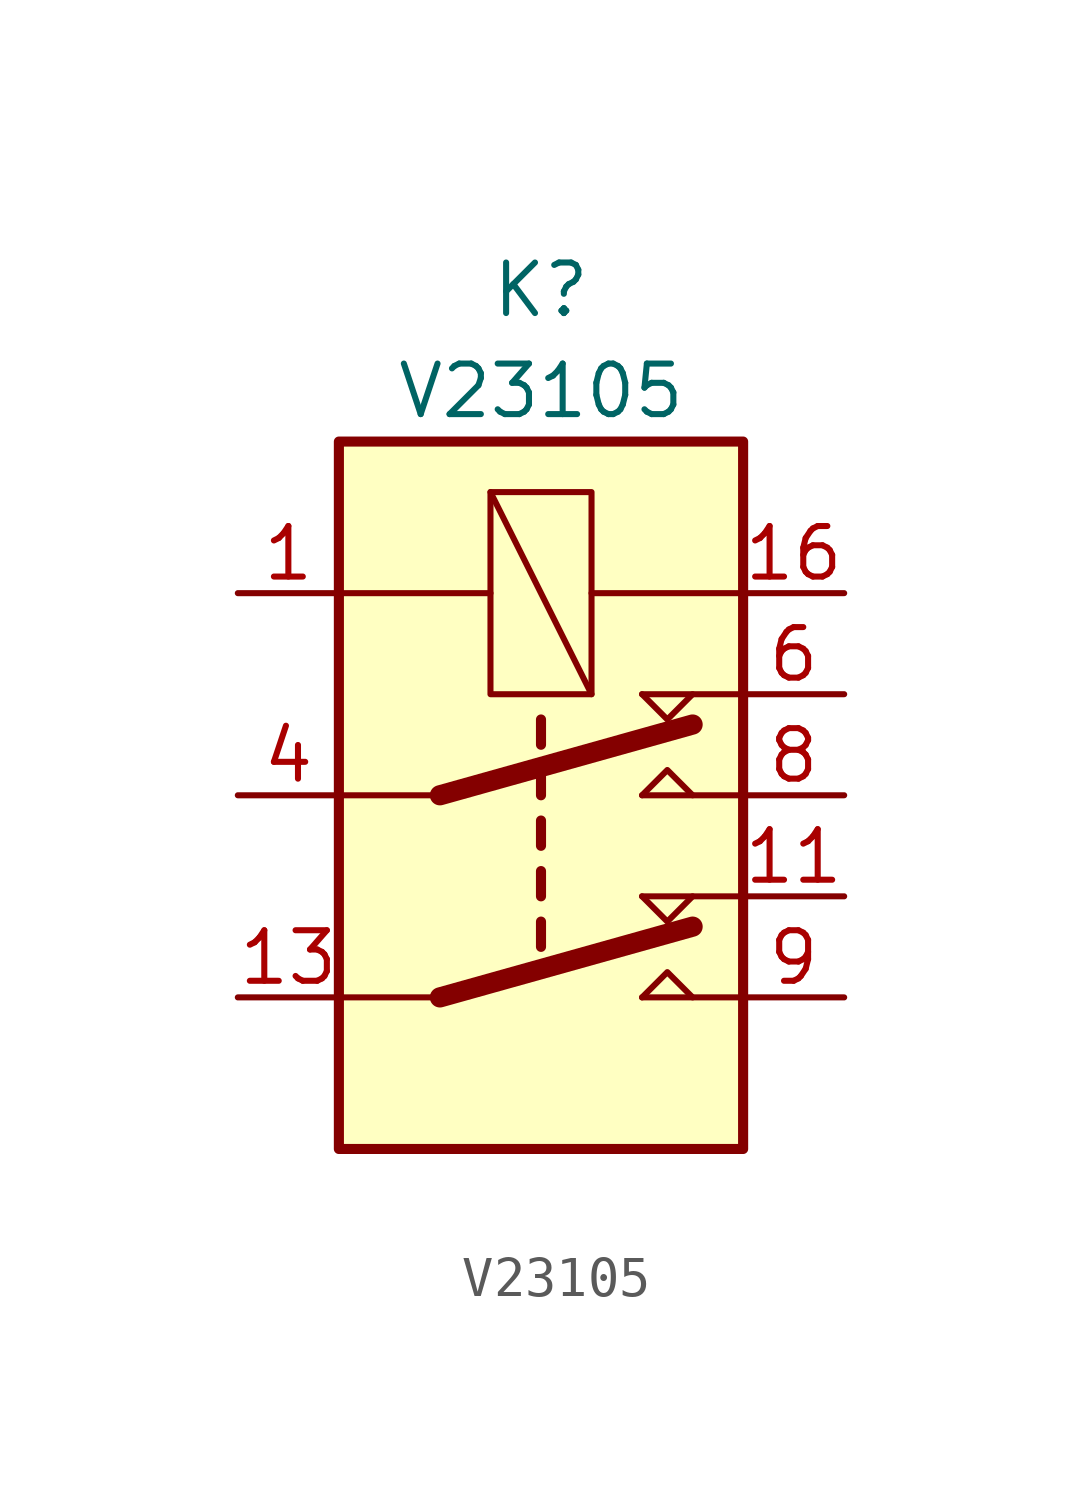
<source format=kicad_sym>
(kicad_symbol_lib
  (version 20220102)
  (generator kicad_symbol_editor)
  (symbol " V23105"
    (property "Reference" "K"
      (at 0 12.7 0)
      (effects (font (size 1.27 1.27))))
    (property "Value" " V23105"
      (at 0 10.16 0)
      (effects (font (size 1.27 1.27))))
    (symbol " V23105_0_1"
      (rectangle (start -1.27 7.62) (end 1.27 2.54) (stroke (width 0) (type default)) (fill (type none)))
      (polyline (pts (xy -1.27 7.62) (xy 1.27 2.54)) (stroke (width 0) (type default)) (fill (type none)))
      (polyline (pts (xy 5.08 -2.54) (xy 2.54 -2.54)) (stroke (width 0) (type default)) (fill (type none)))
      (polyline (pts (xy 5.08 2.54) (xy 2.54 2.54)) (stroke (width 0) (type default)) (fill (type none)))
      (polyline (pts (xy 2.54 -2.54) (xy 3.175 -3.175) (xy 3.81 -2.54)) (stroke (width 0) (type default)) (fill (type none)))
      (polyline (pts (xy 2.54 2.54) (xy 3.175 1.905) (xy 3.81 2.54)) (stroke (width 0) (type default)) (fill (type none))))
    (symbol " V23105_1_1"
      (polyline (pts (xy -2.54 -5.08) (xy -5.08 -5.08)) (stroke (width 0) (type default)) (fill (type none)))
      (polyline (pts (xy -2.54 -5.08) (xy 3.81 -3.302)) (stroke (width 0.508) (type default)) (fill (type none)))
      (polyline (pts (xy -2.54 0) (xy -5.08 0)) (stroke (width 0) (type default)) (fill (type none)))
      (polyline (pts (xy -2.54 0) (xy 3.81 1.778)) (stroke (width 0.508) (type default)) (fill (type none)))
      (polyline (pts (xy 0 -3.175) (xy 0 -3.81)) (stroke (width 0.254) (type default)) (fill (type none)))
      (polyline (pts (xy 0 -1.905) (xy 0 -2.54)) (stroke (width 0.254) (type default)) (fill (type none)))
      (polyline (pts (xy 0 -0.635) (xy 0 -1.27)) (stroke (width 0.254) (type default)) (fill (type none)))
      (polyline (pts (xy 0 0.635) (xy 0 0)) (stroke (width 0.254) (type default)) (fill (type none)))
      (polyline (pts (xy 0 1.905) (xy 0 1.27)) (stroke (width 0.254) (type default)) (fill (type none)))
      (polyline (pts (xy 2.54 -5.08) (xy 5.08 -5.08)) (stroke (width 0) (type default)) (fill (type none)))
      (polyline (pts (xy 2.54 0) (xy 5.08 0)) (stroke (width 0) (type default)) (fill (type none)))
      (polyline (pts (xy 5.08 5.08) (xy 1.27 5.08)) (stroke (width 0) (type default)) (fill (type none)))
      (polyline (pts (xy -5.08 5.08) (xy -1.27 5.08) (xy -1.524 5.08)) (stroke (width 0) (type default)) (fill (type none)))
      (polyline (pts (xy 2.54 -5.08) (xy 3.175 -4.445) (xy 3.81 -5.08)) (stroke (width 0) (type default)) (fill (type none)))
      (polyline (pts (xy 2.54 0) (xy 3.175 0.635) (xy 3.81 0)) (stroke (width 0) (type default)) (fill (type none)))
      (rectangle (start 5.08 8.89) (end -5.08 -8.89) (stroke (width 0.254) (type default)) (fill (type background)))
      (pin passive line (at -7.62 5.08 0) (length 2.54) (name "~" (effects (font (size 1.27 1.27)))) (number "1" (effects (font (size 1.27 1.27)))))
      (pin passive line (at 7.62 -2.54 180) (length 2.54) (name "~" (effects (font (size 1.27 1.27)))) (number "11" (effects (font (size 1.27 1.27)))))
      (pin passive line (at -7.62 -5.08 0) (length 2.54) (name "~" (effects (font (size 1.27 1.27)))) (number "13" (effects (font (size 1.27 1.27)))))
      (pin passive line (at 7.62 5.08 180) (length 2.54) (name "~" (effects (font (size 1.27 1.27)))) (number "16" (effects (font (size 1.27 1.27)))))
      (pin passive line (at -7.62 0 0) (length 2.54) (name "~" (effects (font (size 1.27 1.27)))) (number "4" (effects (font (size 1.27 1.27)))))
      (pin passive line (at 7.62 2.54 180) (length 2.54) (name "~" (effects (font (size 1.27 1.27)))) (number "6" (effects (font (size 1.27 1.27)))))
      (pin passive line (at 7.62 0 180) (length 2.54) (name "~" (effects (font (size 1.27 1.27)))) (number "8" (effects (font (size 1.27 1.27)))))
      (pin passive line (at 7.62 -5.08 180) (length 2.54) (name "~" (effects (font (size 1.27 1.27)))) (number "9" (effects (font (size 1.27 1.27))))))))
</source>
